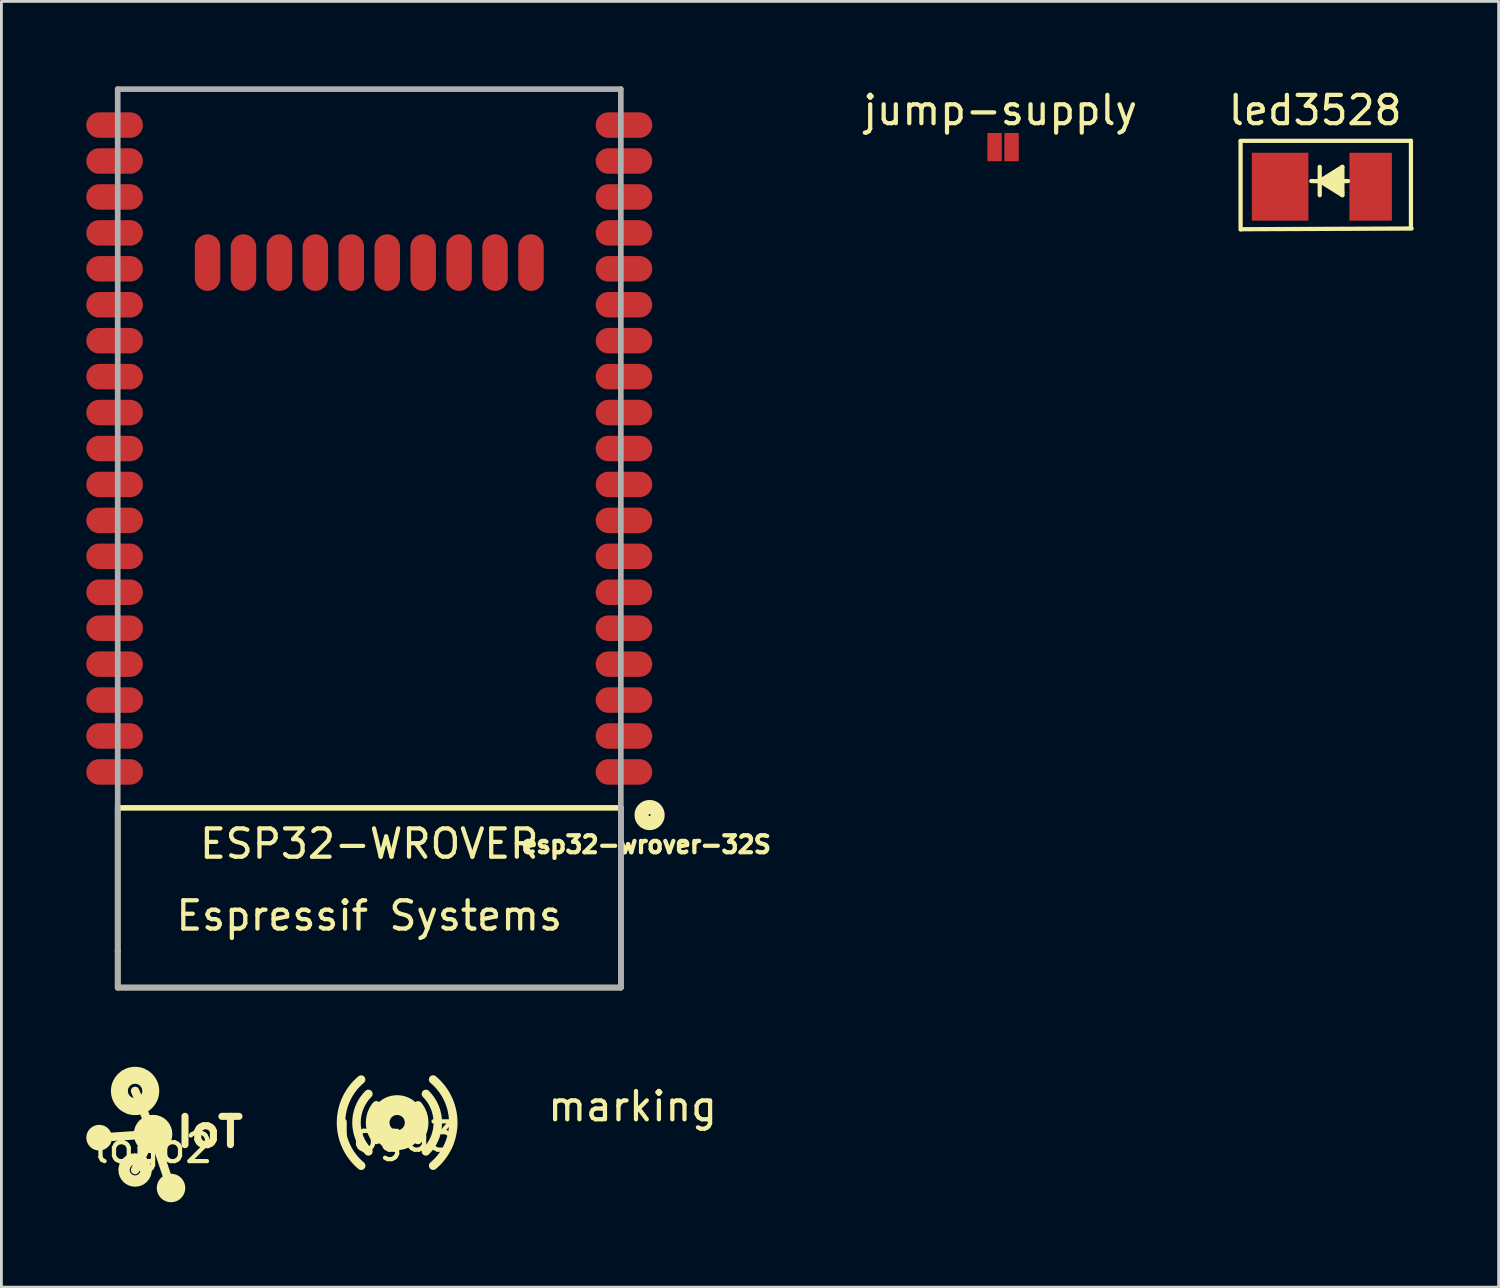
<source format=kicad_pcb>
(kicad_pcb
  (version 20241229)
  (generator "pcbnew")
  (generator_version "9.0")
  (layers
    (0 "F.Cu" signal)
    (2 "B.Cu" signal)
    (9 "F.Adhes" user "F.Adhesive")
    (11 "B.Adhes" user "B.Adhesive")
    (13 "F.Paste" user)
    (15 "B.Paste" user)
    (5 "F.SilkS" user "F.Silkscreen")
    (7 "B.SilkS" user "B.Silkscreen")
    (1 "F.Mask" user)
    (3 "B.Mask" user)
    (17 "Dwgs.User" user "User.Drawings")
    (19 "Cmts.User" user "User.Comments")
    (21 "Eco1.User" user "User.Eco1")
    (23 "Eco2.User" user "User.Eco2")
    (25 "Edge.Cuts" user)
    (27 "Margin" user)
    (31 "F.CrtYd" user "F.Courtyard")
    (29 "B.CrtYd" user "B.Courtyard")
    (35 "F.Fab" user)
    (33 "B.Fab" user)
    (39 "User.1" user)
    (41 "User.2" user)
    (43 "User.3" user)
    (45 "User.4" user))
  (footprint "esp32-wrover-32S"
    (layer "F.Cu")
    (at 10 14.07)
    (property "Reference" "esp32-wrover-32S" (at 9.789 12.728 0) (layer "F.SilkS") (effects (font (size 0.6 0.6) (thickness 0.15))))
    (attr through_hole)
    (fp_line (start -8.89 -13.97) (end 8.89 -13.97) (stroke (width 0.15) (type solid)) (layer "F.SilkS"))
    (fp_line (start -8.89 -13.208) (end -8.89 -13.97) (stroke (width 0.15) (type solid)) (layer "F.SilkS"))
    (fp_line (start -8.89 11.43) (end -8.89 11.43) (stroke (width 0.2) (type solid)) (layer "F.SilkS"))
    (fp_line (start -8.89 11.43) (end -8.89 11.43) (stroke (width 0.2) (type solid)) (layer "F.SilkS"))
    (fp_line (start -8.89 11.43) (end 8.89 11.43) (stroke (width 0.2) (type solid)) (layer "F.SilkS"))
    (fp_line (start -8.89 17.78) (end -8.89 11.43) (stroke (width 0.2) (type solid)) (layer "F.SilkS"))
    (fp_line (start 8.89 -13.97) (end 8.89 -13.208) (stroke (width 0.15) (type solid)) (layer "F.SilkS"))
    (fp_line (start 8.89 11.43) (end 8.89 17.78) (stroke (width 0.2) (type solid)) (layer "F.SilkS"))
    (fp_line (start 8.89 17.78) (end -8.89 17.78) (stroke (width 0.2) (type solid)) (layer "F.SilkS"))
    (fp_circle (center 9.906 11.684) (end 10.033 11.938) (stroke (width 0.5) (type solid)) (fill no) (layer "F.SilkS"))
    (fp_line (start -8.89 -13.97) (end -8.89 16.51) (stroke (width 0.2) (type solid)) (layer "F.Fab"))
    (fp_line (start -8.89 16.51) (end -8.89 16.51) (stroke (width 0.2) (type solid)) (layer "F.Fab"))
    (fp_line (start -8.89 16.51) (end -8.89 16.51) (stroke (width 0.2) (type solid)) (layer "F.Fab"))
    (fp_line (start -8.89 16.51) (end -8.89 16.51) (stroke (width 0.2) (type solid)) (layer "F.Fab"))
    (fp_line (start -8.89 16.51) (end -8.89 16.51) (stroke (width 0.2) (type solid)) (layer "F.Fab"))
    (fp_line (start -8.89 16.51) (end -8.89 16.51) (stroke (width 0.2) (type solid)) (layer "F.Fab"))
    (fp_line (start -8.89 17.78) (end -8.89 16.51) (stroke (width 0.2) (type solid)) (layer "F.Fab"))
    (fp_line (start 8.89 -13.97) (end -8.89 -13.97) (stroke (width 0.2) (type solid)) (layer "F.Fab"))
    (fp_line (start 8.89 16.51) (end 8.89 -13.97) (stroke (width 0.2) (type solid)) (layer "F.Fab"))
    (fp_line (start 8.89 16.51) (end 8.89 17.78) (stroke (width 0.2) (type solid)) (layer "F.Fab"))
    (fp_line (start 8.89 17.78) (end -8.89 17.78) (stroke (width 0.2) (type solid)) (layer "F.Fab"))
    (fp_text user "Espressif Systems" (at 0 15.24 0) (layer "F.SilkS") (effects (font (size 1 1) (thickness 0.15))))
    (fp_text user "ESP32-WROVER" (at 0 12.7 0) (layer "F.SilkS") (effects (font (size 1 1) (thickness 0.15))))
    (pad "1" smd oval (at 9 10.16) (size 2 0.9) (layers "F.Cu" "F.Mask" "F.Paste"))
    (pad "2" smd oval (at 9 8.89) (size 2 0.9) (layers "F.Cu" "F.Mask" "F.Paste"))
    (pad "3" smd oval (at 9 7.62) (size 2 0.9) (layers "F.Cu" "F.Mask" "F.Paste"))
    (pad "4" smd oval (at 9 6.35) (size 2 0.9) (layers "F.Cu" "F.Mask" "F.Paste"))
    (pad "5" smd oval (at 9 5.08) (size 2 0.9) (layers "F.Cu" "F.Mask" "F.Paste"))
    (pad "6" smd oval (at 9 3.81) (size 2 0.9) (layers "F.Cu" "F.Mask" "F.Paste"))
    (pad "7" smd oval (at 9 2.54) (size 2 0.9) (layers "F.Cu" "F.Mask" "F.Paste"))
    (pad "8" smd oval (at 9 1.27) (size 2 0.9) (layers "F.Cu" "F.Mask" "F.Paste"))
    (pad "9" smd oval (at 9 0) (size 2 0.9) (layers "F.Cu" "F.Mask" "F.Paste"))
    (pad "10" smd oval (at 9 -1.27) (size 2 0.9) (layers "F.Cu" "F.Mask" "F.Paste"))
    (pad "11" smd oval (at 9 -2.54) (size 2 0.9) (layers "F.Cu" "F.Mask" "F.Paste"))
    (pad "12" smd oval (at 9 -3.81) (size 2 0.9) (layers "F.Cu" "F.Mask" "F.Paste"))
    (pad "13" smd oval (at 9 -5.08) (size 2 0.9) (layers "F.Cu" "F.Mask" "F.Paste"))
    (pad "14" smd oval (at 9 -6.35) (size 2 0.9) (layers "F.Cu" "F.Mask" "F.Paste"))
    (pad "15" smd oval (at 5.715 -7.84 90) (size 2 0.9) (layers "F.Cu" "F.Mask" "F.Paste"))
    (pad "15" smd oval (at 9 -7.62) (size 2 0.9) (layers "F.Cu" "F.Mask" "F.Paste"))
    (pad "16" smd oval (at 4.445 -7.84 90) (size 2 0.9) (layers "F.Cu" "F.Mask" "F.Paste"))
    (pad "16" smd oval (at 9 -8.89) (size 2 0.9) (layers "F.Cu" "F.Mask" "F.Paste"))
    (pad "17" smd oval (at 3.175 -7.84 90) (size 2 0.9) (layers "F.Cu" "F.Mask" "F.Paste"))
    (pad "17" smd oval (at 9 -10.16) (size 2 0.9) (layers "F.Cu" "F.Mask" "F.Paste"))
    (pad "18" smd oval (at 1.905 -7.84 90) (size 2 0.9) (layers "F.Cu" "F.Mask" "F.Paste"))
    (pad "18" smd oval (at 9 -11.43) (size 2 0.9) (layers "F.Cu" "F.Mask" "F.Paste"))
    (pad "19" smd oval (at 0.635 -7.84 90) (size 2 0.9) (layers "F.Cu" "F.Mask" "F.Paste"))
    (pad "19" smd oval (at 9 -12.7) (size 2 0.9) (layers "F.Cu" "F.Mask" "F.Paste"))
    (pad "20" smd oval (at -9 -12.7) (size 2 0.9) (layers "F.Cu" "F.Mask" "F.Paste"))
    (pad "20" smd oval (at -0.635 -7.84 90) (size 2 0.9) (layers "F.Cu" "F.Mask" "F.Paste"))
    (pad "21" smd oval (at -9 -11.43) (size 2 0.9) (layers "F.Cu" "F.Mask" "F.Paste"))
    (pad "21" smd oval (at -1.905 -7.84 90) (size 2 0.9) (layers "F.Cu" "F.Mask" "F.Paste"))
    (pad "22" smd oval (at -9 -10.16) (size 2 0.9) (layers "F.Cu" "F.Mask" "F.Paste"))
    (pad "22" smd oval (at -3.175 -7.84 90) (size 2 0.9) (layers "F.Cu" "F.Mask" "F.Paste"))
    (pad "23" smd oval (at -9 -8.89) (size 2 0.9) (layers "F.Cu" "F.Mask" "F.Paste"))
    (pad "23" smd oval (at -4.445 -7.84 90) (size 2 0.9) (layers "F.Cu" "F.Mask" "F.Paste"))
    (pad "24" smd oval (at -9 -7.62) (size 2 0.9) (layers "F.Cu" "F.Mask" "F.Paste"))
    (pad "24" smd oval (at -5.715 -7.84 90) (size 2 0.9) (layers "F.Cu" "F.Mask" "F.Paste"))
    (pad "25" smd oval (at -9 -6.35) (size 2 0.9) (layers "F.Cu" "F.Mask" "F.Paste"))
    (pad "26" smd oval (at -9 -5.08) (size 2 0.9) (layers "F.Cu" "F.Mask" "F.Paste"))
    (pad "27" smd oval (at -9 -3.81) (size 2 0.9) (layers "F.Cu" "F.Mask" "F.Paste"))
    (pad "28" smd oval (at -9 -2.54) (size 2 0.9) (layers "F.Cu" "F.Mask" "F.Paste"))
    (pad "29" smd oval (at -9 -1.27) (size 2 0.9) (layers "F.Cu" "F.Mask" "F.Paste"))
    (pad "30" smd oval (at -9 0) (size 2 0.9) (layers "F.Cu" "F.Mask" "F.Paste"))
    (pad "31" smd oval (at -9 1.27) (size 2 0.9) (layers "F.Cu" "F.Mask" "F.Paste"))
    (pad "32" smd oval (at -9 2.54) (size 2 0.9) (layers "F.Cu" "F.Mask" "F.Paste"))
    (pad "33" smd oval (at -9 3.81) (size 2 0.9) (layers "F.Cu" "F.Mask" "F.Paste"))
    (pad "34" smd oval (at -9 5.08) (size 2 0.9) (layers "F.Cu" "F.Mask" "F.Paste"))
    (pad "35" smd oval (at -9 6.35) (size 2 0.9) (layers "F.Cu" "F.Mask" "F.Paste"))
    (pad "36" smd oval (at -9 7.62) (size 2 0.9) (layers "F.Cu" "F.Mask" "F.Paste"))
    (pad "37" smd oval (at -9 8.89) (size 2 0.9) (layers "F.Cu" "F.Mask" "F.Paste"))
    (pad "38" smd oval (at -9 10.16) (size 2 0.9) (layers "F.Cu" "F.Mask" "F.Paste")))
  (footprint "led3528"
    (layer "F.Cu")
    (at 42.189 4.848)
    (property "Reference" "led3528" (at 1.24 -4 0) (layer "F.SilkS") (effects (font (size 1 1) (thickness 0.15))))
    (attr through_hole)
    (fp_line (start -1.397 -2.921) (end 4.623 -2.921) (stroke (width 0.15) (type solid)) (layer "F.SilkS"))
    (fp_line (start -1.397 0.213) (end -1.397 -2.901) (stroke (width 0.15) (type solid)) (layer "F.SilkS"))
    (fp_line (start 1.1 -1.5) (end 1.585 -1.489) (stroke (width 0.15) (type solid)) (layer "F.SilkS"))
    (fp_line (start 1.4 -2) (end 1.4 -1) (stroke (width 0.15) (type solid)) (layer "F.SilkS"))
    (fp_line (start 1.4 -1.5) (end 2.2 -1) (stroke (width 0.15) (type solid)) (layer "F.SilkS"))
    (fp_line (start 1.6 -1.5) (end 2.2 -1.1) (stroke (width 0.15) (type solid)) (layer "F.SilkS"))
    (fp_line (start 1.685 -1.489) (end 2.4 -1.5) (stroke (width 0.15) (type solid)) (layer "F.SilkS"))
    (fp_line (start 1.8 -1.5) (end 2.1 -1.7) (stroke (width 0.15) (type solid)) (layer "F.SilkS"))
    (fp_line (start 1.8 -1.5) (end 2.1 -1.2) (stroke (width 0.15) (type solid)) (layer "F.SilkS"))
    (fp_line (start 2 -1.4) (end 1.504 -1.458) (stroke (width 0.15) (type solid)) (layer "F.SilkS"))
    (fp_line (start 2.1 -1.8) (end 1.6 -1.5) (stroke (width 0.15) (type solid)) (layer "F.SilkS"))
    (fp_line (start 2.1 -1.2) (end 2.1 -1.9) (stroke (width 0.15) (type solid)) (layer "F.SilkS"))
    (fp_line (start 2.2 -2) (end 1.4 -1.5) (stroke (width 0.15) (type solid)) (layer "F.SilkS"))
    (fp_line (start 2.2 -1) (end 2.2 -2) (stroke (width 0.15) (type solid)) (layer "F.SilkS"))
    (fp_line (start 4.623 -2.921) (end 4.623 0.157) (stroke (width 0.15) (type solid)) (layer "F.SilkS"))
    (fp_line (start 4.648 0.178) (end -1.372 0.203) (stroke (width 0.15) (type solid)) (layer "F.SilkS"))
    (pad "1" smd rect (at 0 -1.3) (size 2 2.4) (layers "F.Cu" "F.Mask" "F.Paste"))
    (pad "2" smd rect (at 3.2 -1.3) (size 1.5 2.4) (layers "F.Cu" "F.Mask" "F.Paste")))
  (footprint "jump-supply"
    (layer "F.Cu")
    (at 32.398 2.148)
    (property "Reference" "jump-supply" (at -0.1 -1.3 0) (layer "F.SilkS") (effects (font (size 1 1) (thickness 0.15))))
    (attr through_hole)
    (pad "1" smd rect (at -0.3 0) (size 0.508 1) (layers "F.Cu" "F.Mask" "F.Paste"))
    (pad "2" smd rect (at 0.3 0) (size 0.508 1) (layers "F.Cu" "F.Mask" "F.Paste")))
  (footprint "logo3"
    (layer "F.Cu")
    (at 10.985 36.624)
    (property "Reference" "logo3" (at 0 0.5 0) (layer "F.SilkS") (effects (font (size 1 1) (thickness 0.15))))
    (attr through_hole)
    (fp_arc (start -1.27 1.524) (mid -1.983803 0.001597) (end -1.272453 -1.521953) (stroke (width 0.3) (type solid)) (layer "F.SilkS"))
    (fp_arc (start -1.016 1.016) (mid -1.436841 0) (end -1.016 -1.016) (stroke (width 0.3) (type solid)) (layer "F.SilkS"))
    (fp_arc (start -0.7366 0.6096) (mid -0.956132 -0.001625) (end -0.734523 -0.612101) (stroke (width 0.3) (type solid)) (layer "F.SilkS"))
    (fp_arc (start 0.7366 -0.6096) (mid 0.956132 0.001625) (end 0.734523 0.612101) (stroke (width 0.3) (type solid)) (layer "F.SilkS"))
    (fp_arc (start 1.016 -1.016) (mid 1.436841 0) (end 1.016 1.016) (stroke (width 0.3) (type solid)) (layer "F.SilkS"))
    (fp_arc (start 1.27 -1.524) (mid 1.983803 -0.001597) (end 1.272453 1.521953) (stroke (width 0.3) (type solid)) (layer "F.SilkS"))
    (fp_circle (center 0 0) (end -0.203 -0.178) (stroke (width 0.7) (type solid)) (fill no) (layer "F.SilkS")))
  (footprint "marking"
    (layer "F.Cu")
    (at 19.306 35.55)
    (property "Reference" "marking" (at 0 0.5 0) (layer "F.SilkS") (effects (font (size 1 1) (thickness 0.15))))
    (attr through_hole)
    (pad "" smd circle (at 0 0) (size 1.2 1.2) (layers "F.Mask")))
  (footprint "logo2"
    (layer "F.Cu")
    (at 2.359 37.028)
    (property "Reference" "logo2" (at 0 0.5 0) (layer "F.SilkS") (effects (font (size 1 1) (thickness 0.15))))
    (attr through_hole)
    (fp_line (start -1.905 0.127) (end 0 0) (stroke (width 0.3) (type solid)) (layer "F.SilkS"))
    (fp_line (start -0.635 -1.524) (end 0 0) (stroke (width 0.3) (type solid)) (layer "F.SilkS"))
    (fp_line (start 0 0) (end -0.635 1.27) (stroke (width 0.3) (type solid)) (layer "F.SilkS"))
    (fp_line (start 0 0) (end 0.635 1.905) (stroke (width 0.3) (type solid)) (layer "F.SilkS"))
    (fp_circle (center -1.905 0.127) (end -1.651 0.127) (stroke (width 0.4) (type solid)) (fill no) (layer "F.SilkS"))
    (fp_circle (center -0.635 -1.524) (end -0.635 -1.27) (stroke (width 0.6) (type solid)) (fill no) (layer "F.SilkS"))
    (fp_circle (center -0.635 1.27) (end -0.635 1.46) (stroke (width 0.4) (type solid)) (fill no) (layer "F.SilkS"))
    (fp_circle (center 0 0) (end 0 -0.381) (stroke (width 0.6) (type solid)) (fill no) (layer "F.SilkS"))
    (fp_circle (center 0.635 1.905) (end 0.889 1.905) (stroke (width 0.5) (type solid)) (fill no) (layer "F.SilkS"))
    (fp_text user "IoT" (at 2.007 -0.076 0) (layer "F.SilkS") (effects (font (size 1 1.054) (thickness 0.25)))))
  (gr_rect
    (start -3 -3)
    (end 49.912 42.437)
    (stroke (width 0.1) (type default))
    (fill no)
    (layer "Edge.Cuts")))
</source>
